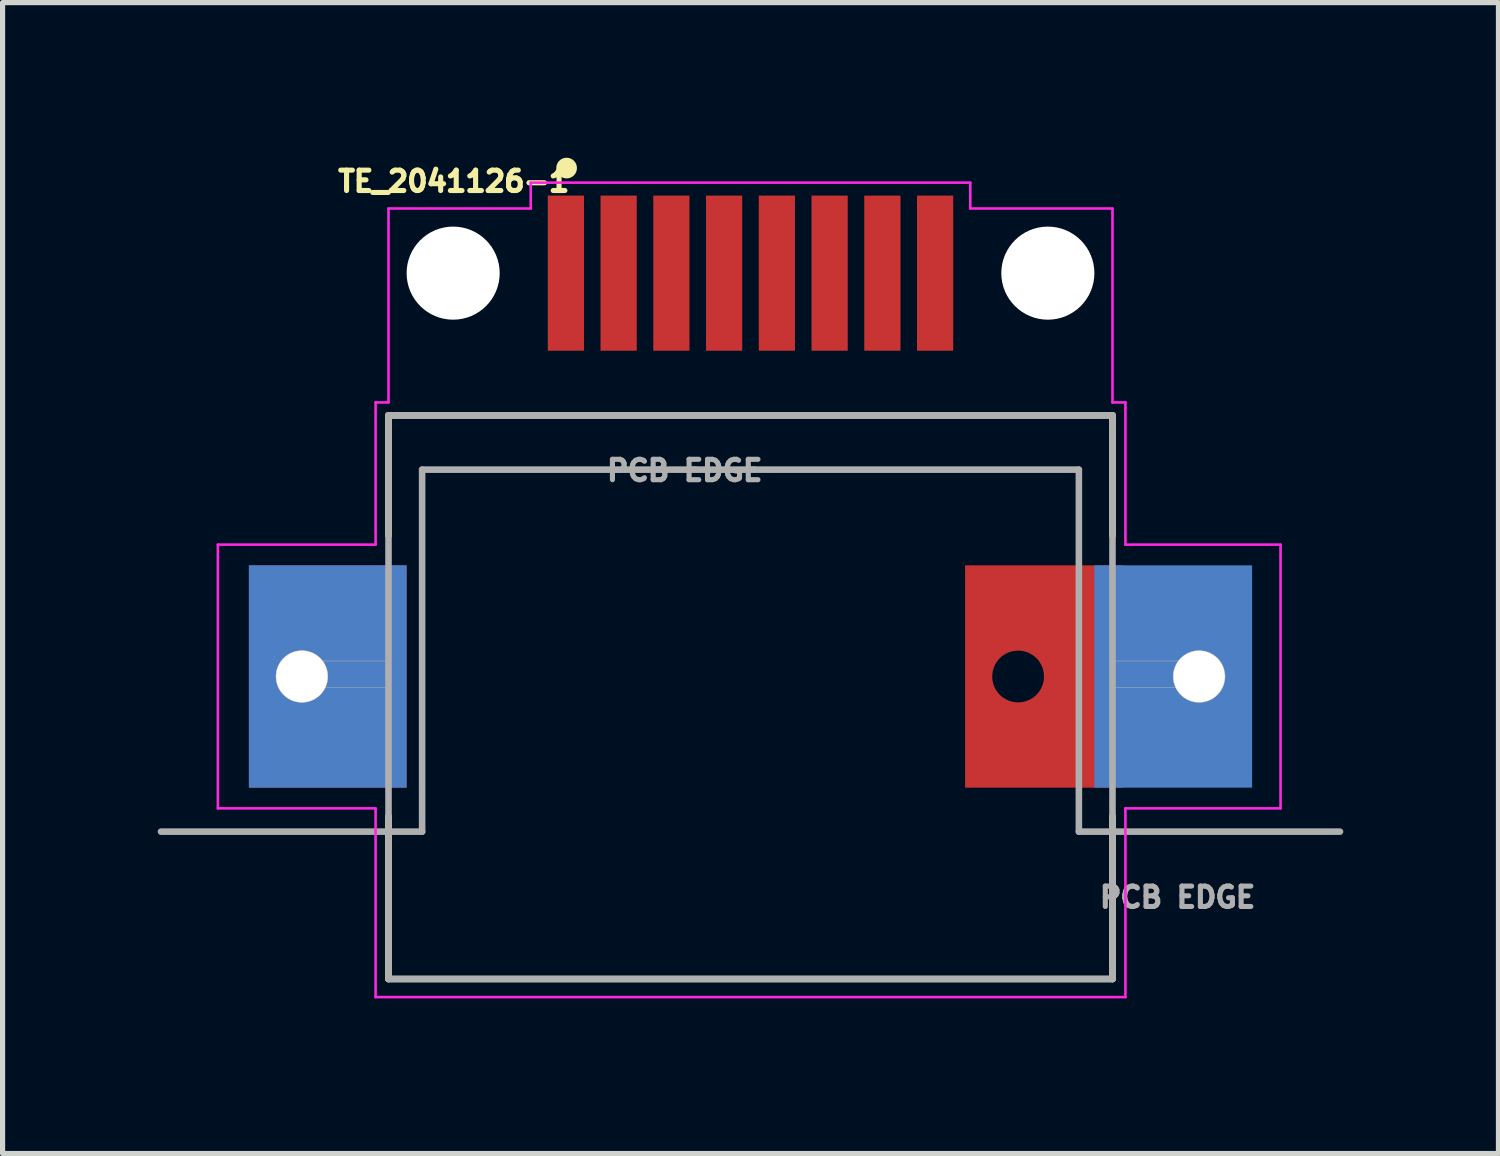
<source format=kicad_pcb>
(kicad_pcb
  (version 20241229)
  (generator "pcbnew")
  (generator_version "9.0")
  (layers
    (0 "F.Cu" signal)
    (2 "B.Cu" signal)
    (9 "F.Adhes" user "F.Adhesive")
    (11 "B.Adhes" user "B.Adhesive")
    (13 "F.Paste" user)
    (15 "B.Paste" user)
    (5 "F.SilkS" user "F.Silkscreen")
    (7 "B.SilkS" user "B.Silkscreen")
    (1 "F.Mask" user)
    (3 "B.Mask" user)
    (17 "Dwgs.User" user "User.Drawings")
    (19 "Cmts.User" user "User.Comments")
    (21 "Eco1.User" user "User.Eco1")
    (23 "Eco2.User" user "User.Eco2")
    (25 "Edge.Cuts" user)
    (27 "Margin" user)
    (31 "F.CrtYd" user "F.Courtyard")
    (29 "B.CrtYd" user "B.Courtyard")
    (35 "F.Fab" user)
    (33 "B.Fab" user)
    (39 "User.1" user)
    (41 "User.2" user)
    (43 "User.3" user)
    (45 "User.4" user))
  (footprint "TE_2041126-1"
    (layer "F.Cu")
    (at 11.463 2.232)
    (property "Reference" "TE_2041126-1" (at -5.738 -1.775 0) (layer "F.SilkS") (effects (font (size 0.394 0.394) (thickness 0.15))))
    (attr through_hole)
    (fp_poly (pts (xy -10.181 5.3) (xy -6.175 5.3) (xy -6.175 10.306) (xy -10.181 10.306)) (stroke (width 0.01) (type solid)) (fill yes) (layer "F.Mask"))
    (fp_poly (pts (xy 6.183 5.3) (xy 10.175 5.3) (xy 10.175 10.314) (xy 6.183 10.314)) (stroke (width 0.01) (type solid)) (fill yes) (layer "F.Mask"))
    (fp_poly (pts (xy -9.7 7.8) (xy -9.175 7.8) (xy -9.174 7.826) (xy -9.172 7.852) (xy -9.169 7.878) (xy -9.164 7.904) (xy -9.158 7.929) (xy -9.151 7.955) (xy -9.142 7.979) (xy -9.132 8.003) (xy -9.121 8.027) (xy -9.108 8.05) (xy -9.094 8.072) (xy -9.08 8.094) (xy -9.064 8.115) (xy -9.047 8.135) (xy -9.029 8.154) (xy -9.01 8.172) (xy -8.99 8.189) (xy -8.969 8.205) (xy -8.947 8.219) (xy -8.925 8.233) (xy -8.902 8.246) (xy -8.878 8.257) (xy -8.854 8.267) (xy -8.83 8.276) (xy -8.804 8.283) (xy -8.779 8.289) (xy -8.753 8.294) (xy -8.727 8.297) (xy -8.701 8.299) (xy -8.675 8.3) (xy -8.649 8.299) (xy -8.623 8.297) (xy -8.597 8.294) (xy -8.571 8.289) (xy -8.546 8.283) (xy -8.52 8.276) (xy -8.496 8.267) (xy -8.472 8.257) (xy -8.448 8.246) (xy -8.425 8.233) (xy -8.403 8.219) (xy -8.381 8.205) (xy -8.36 8.189) (xy -8.34 8.172) (xy -8.321 8.154) (xy -8.303 8.135) (xy -8.286 8.115) (xy -8.27 8.094) (xy -8.256 8.072) (xy -8.242 8.05) (xy -8.229 8.027) (xy -8.218 8.003) (xy -8.208 7.979) (xy -8.199 7.955) (xy -8.192 7.929) (xy -8.186 7.904) (xy -8.181 7.878) (xy -8.178 7.852) (xy -8.176 7.826) (xy -8.175 7.8) (xy -8.176 7.774) (xy -8.178 7.748) (xy -8.181 7.722) (xy -8.186 7.696) (xy -8.192 7.671) (xy -8.199 7.645) (xy -8.208 7.621) (xy -8.218 7.597) (xy -8.229 7.573) (xy -8.242 7.55) (xy -8.256 7.528) (xy -8.27 7.506) (xy -8.286 7.485) (xy -8.303 7.465) (xy -8.321 7.446) (xy -8.34 7.428) (xy -8.36 7.411) (xy -8.381 7.395) (xy -8.403 7.381) (xy -8.425 7.367) (xy -8.448 7.354) (xy -8.472 7.343) (xy -8.496 7.333) (xy -8.52 7.324) (xy -8.546 7.317) (xy -8.571 7.311) (xy -8.597 7.306) (xy -8.623 7.303) (xy -8.649 7.301) (xy -8.675 7.3) (xy -8.701 7.301) (xy -8.727 7.303) (xy -8.753 7.306) (xy -8.779 7.311) (xy -8.804 7.317) (xy -8.83 7.324) (xy -8.854 7.333) (xy -8.878 7.343) (xy -8.902 7.354) (xy -8.925 7.367) (xy -8.947 7.381) (xy -8.969 7.395) (xy -8.99 7.411) (xy -9.01 7.428) (xy -9.029 7.446) (xy -9.047 7.465) (xy -9.064 7.485) (xy -9.08 7.506) (xy -9.094 7.528) (xy -9.108 7.55) (xy -9.121 7.573) (xy -9.132 7.597) (xy -9.142 7.621) (xy -9.151 7.645) (xy -9.158 7.671) (xy -9.164 7.696) (xy -9.169 7.722) (xy -9.172 7.748) (xy -9.174 7.774) (xy -9.175 7.8) (xy -9.7 7.8) (xy -9.7 5.65) (xy -6.65 5.65) (xy -6.65 9.95) (xy -9.7 9.95) (xy -9.7 7.8)) (stroke (width 0.0001) (type solid)) (fill yes) (layer "B.Cu"))
    (fp_poly (pts (xy 9.7 7.8) (xy 9.175 7.8) (xy 9.174 7.826) (xy 9.172 7.852) (xy 9.169 7.878) (xy 9.164 7.904) (xy 9.158 7.929) (xy 9.151 7.955) (xy 9.142 7.979) (xy 9.132 8.003) (xy 9.121 8.027) (xy 9.108 8.05) (xy 9.094 8.072) (xy 9.08 8.094) (xy 9.064 8.115) (xy 9.047 8.135) (xy 9.029 8.154) (xy 9.01 8.172) (xy 8.99 8.189) (xy 8.969 8.205) (xy 8.947 8.219) (xy 8.925 8.233) (xy 8.902 8.246) (xy 8.878 8.257) (xy 8.854 8.267) (xy 8.83 8.276) (xy 8.804 8.283) (xy 8.779 8.289) (xy 8.753 8.294) (xy 8.727 8.297) (xy 8.701 8.299) (xy 8.675 8.3) (xy 8.649 8.299) (xy 8.623 8.297) (xy 8.597 8.294) (xy 8.571 8.289) (xy 8.546 8.283) (xy 8.52 8.276) (xy 8.496 8.267) (xy 8.472 8.257) (xy 8.448 8.246) (xy 8.425 8.233) (xy 8.403 8.219) (xy 8.381 8.205) (xy 8.36 8.189) (xy 8.34 8.172) (xy 8.321 8.154) (xy 8.303 8.135) (xy 8.286 8.115) (xy 8.27 8.094) (xy 8.256 8.072) (xy 8.242 8.05) (xy 8.229 8.027) (xy 8.218 8.003) (xy 8.208 7.979) (xy 8.199 7.955) (xy 8.192 7.929) (xy 8.186 7.904) (xy 8.181 7.878) (xy 8.178 7.852) (xy 8.176 7.826) (xy 8.175 7.8) (xy 8.176 7.774) (xy 8.178 7.748) (xy 8.181 7.722) (xy 8.186 7.696) (xy 8.192 7.671) (xy 8.199 7.645) (xy 8.208 7.621) (xy 8.218 7.597) (xy 8.229 7.573) (xy 8.242 7.55) (xy 8.256 7.528) (xy 8.27 7.506) (xy 8.286 7.485) (xy 8.303 7.465) (xy 8.321 7.446) (xy 8.34 7.428) (xy 8.36 7.411) (xy 8.381 7.395) (xy 8.403 7.381) (xy 8.425 7.367) (xy 8.448 7.354) (xy 8.472 7.343) (xy 8.496 7.333) (xy 8.52 7.324) (xy 8.546 7.317) (xy 8.571 7.311) (xy 8.597 7.306) (xy 8.623 7.303) (xy 8.649 7.301) (xy 8.675 7.3) (xy 8.701 7.301) (xy 8.727 7.303) (xy 8.753 7.306) (xy 8.779 7.311) (xy 8.804 7.317) (xy 8.83 7.324) (xy 8.854 7.333) (xy 8.878 7.343) (xy 8.902 7.354) (xy 8.925 7.367) (xy 8.947 7.381) (xy 8.969 7.395) (xy 8.99 7.411) (xy 9.01 7.428) (xy 9.029 7.446) (xy 9.047 7.465) (xy 9.064 7.485) (xy 9.08 7.506) (xy 9.094 7.528) (xy 9.108 7.55) (xy 9.121 7.573) (xy 9.132 7.597) (xy 9.142 7.621) (xy 9.151 7.645) (xy 9.158 7.671) (xy 9.164 7.696) (xy 9.169 7.722) (xy 9.172 7.748) (xy 9.174 7.774) (xy 9.175 7.8) (xy 9.7 7.8) (xy 9.7 5.65) (xy 6.65 5.65) (xy 6.65 9.95) (xy 9.7 9.95) (xy 9.7 7.8)) (stroke (width 0.0001) (type solid)) (fill yes) (layer "B.Cu"))
    (fp_poly (pts (xy -10.185 5.3) (xy -6.175 5.3) (xy -6.175 10.31) (xy -10.185 10.31)) (stroke (width 0.01) (type solid)) (fill yes) (layer "B.Mask"))
    (fp_poly (pts (xy 6.178 5.3) (xy 10.175 5.3) (xy 10.175 10.304) (xy 6.178 10.304)) (stroke (width 0.01) (type solid)) (fill yes) (layer "B.Mask"))
    (fp_line (start -7 2.75) (end 7 2.75) (stroke (width 0.127) (type solid)) (layer "F.SilkS"))
    (fp_line (start -7 5.08) (end -7 2.75) (stroke (width 0.127) (type solid)) (layer "F.SilkS"))
    (fp_line (start -7 10.5) (end -7 13.65) (stroke (width 0.127) (type solid)) (layer "F.SilkS"))
    (fp_line (start -7 13.65) (end 7 13.65) (stroke (width 0.127) (type solid)) (layer "F.SilkS"))
    (fp_line (start 7 5.08) (end 7 2.75) (stroke (width 0.127) (type solid)) (layer "F.SilkS"))
    (fp_line (start 7 13.65) (end 7 10.5) (stroke (width 0.127) (type solid)) (layer "F.SilkS"))
    (fp_circle (center -3.556 -2.032) (end -3.456 -2.032) (stroke (width 0.2) (type solid)) (fill no) (layer "F.SilkS"))
    (fp_poly (pts (xy -9.7 7.8) (xy -9.175 7.8) (xy -9.174 7.826) (xy -9.172 7.852) (xy -9.169 7.878) (xy -9.164 7.904) (xy -9.158 7.929) (xy -9.151 7.955) (xy -9.142 7.979) (xy -9.132 8.003) (xy -9.121 8.027) (xy -9.108 8.05) (xy -9.094 8.072) (xy -9.08 8.094) (xy -9.064 8.115) (xy -9.047 8.135) (xy -9.029 8.154) (xy -9.01 8.172) (xy -8.99 8.189) (xy -8.969 8.205) (xy -8.947 8.219) (xy -8.925 8.233) (xy -8.902 8.246) (xy -8.878 8.257) (xy -8.854 8.267) (xy -8.83 8.276) (xy -8.804 8.283) (xy -8.779 8.289) (xy -8.753 8.294) (xy -8.727 8.297) (xy -8.701 8.299) (xy -8.675 8.3) (xy -8.649 8.299) (xy -8.623 8.297) (xy -8.597 8.294) (xy -8.571 8.289) (xy -8.546 8.283) (xy -8.52 8.276) (xy -8.496 8.267) (xy -8.472 8.257) (xy -8.448 8.246) (xy -8.425 8.233) (xy -8.403 8.219) (xy -8.381 8.205) (xy -8.36 8.189) (xy -8.34 8.172) (xy -8.321 8.154) (xy -8.303 8.135) (xy -8.286 8.115) (xy -8.27 8.094) (xy -8.256 8.072) (xy -8.242 8.05) (xy -8.229 8.027) (xy -8.218 8.003) (xy -8.208 7.979) (xy -8.199 7.955) (xy -8.192 7.929) (xy -8.186 7.904) (xy -8.181 7.878) (xy -8.178 7.852) (xy -8.176 7.826) (xy -8.175 7.8) (xy -8.176 7.774) (xy -8.178 7.748) (xy -8.181 7.722) (xy -8.186 7.696) (xy -8.192 7.671) (xy -8.199 7.645) (xy -8.208 7.621) (xy -8.218 7.597) (xy -8.229 7.573) (xy -8.242 7.55) (xy -8.256 7.528) (xy -8.27 7.506) (xy -8.286 7.485) (xy -8.303 7.465) (xy -8.321 7.446) (xy -8.34 7.428) (xy -8.36 7.411) (xy -8.381 7.395) (xy -8.403 7.381) (xy -8.425 7.367) (xy -8.448 7.354) (xy -8.472 7.343) (xy -8.496 7.333) (xy -8.52 7.324) (xy -8.546 7.317) (xy -8.571 7.311) (xy -8.597 7.306) (xy -8.623 7.303) (xy -8.649 7.301) (xy -8.675 7.3) (xy -8.701 7.301) (xy -8.727 7.303) (xy -8.753 7.306) (xy -8.779 7.311) (xy -8.804 7.317) (xy -8.83 7.324) (xy -8.854 7.333) (xy -8.878 7.343) (xy -8.902 7.354) (xy -8.925 7.367) (xy -8.947 7.381) (xy -8.969 7.395) (xy -8.99 7.411) (xy -9.01 7.428) (xy -9.029 7.446) (xy -9.047 7.465) (xy -9.064 7.485) (xy -9.08 7.506) (xy -9.094 7.528) (xy -9.108 7.55) (xy -9.121 7.573) (xy -9.132 7.597) (xy -9.142 7.621) (xy -9.151 7.645) (xy -9.158 7.671) (xy -9.164 7.696) (xy -9.169 7.722) (xy -9.172 7.748) (xy -9.174 7.774) (xy -9.175 7.8) (xy -9.7 7.8) (xy -9.7 5.65) (xy -6.65 5.65) (xy -6.65 9.95) (xy -9.7 9.95) (xy -9.7 7.8)) (stroke (width 0.0001) (type solid)) (fill yes) (layer "F.Paste"))
    (fp_poly (pts (xy 9.7 7.8) (xy 9.175 7.8) (xy 9.174 7.826) (xy 9.172 7.852) (xy 9.169 7.878) (xy 9.164 7.904) (xy 9.158 7.929) (xy 9.151 7.955) (xy 9.142 7.979) (xy 9.132 8.003) (xy 9.121 8.027) (xy 9.108 8.05) (xy 9.094 8.072) (xy 9.08 8.094) (xy 9.064 8.115) (xy 9.047 8.135) (xy 9.029 8.154) (xy 9.01 8.172) (xy 8.99 8.189) (xy 8.969 8.205) (xy 8.947 8.219) (xy 8.925 8.233) (xy 8.902 8.246) (xy 8.878 8.257) (xy 8.854 8.267) (xy 8.83 8.276) (xy 8.804 8.283) (xy 8.779 8.289) (xy 8.753 8.294) (xy 8.727 8.297) (xy 8.701 8.299) (xy 8.675 8.3) (xy 8.649 8.299) (xy 8.623 8.297) (xy 8.597 8.294) (xy 8.571 8.289) (xy 8.546 8.283) (xy 8.52 8.276) (xy 8.496 8.267) (xy 8.472 8.257) (xy 8.448 8.246) (xy 8.425 8.233) (xy 8.403 8.219) (xy 8.381 8.205) (xy 8.36 8.189) (xy 8.34 8.172) (xy 8.321 8.154) (xy 8.303 8.135) (xy 8.286 8.115) (xy 8.27 8.094) (xy 8.256 8.072) (xy 8.242 8.05) (xy 8.229 8.027) (xy 8.218 8.003) (xy 8.208 7.979) (xy 8.199 7.955) (xy 8.192 7.929) (xy 8.186 7.904) (xy 8.181 7.878) (xy 8.178 7.852) (xy 8.176 7.826) (xy 8.175 7.8) (xy 8.176 7.774) (xy 8.178 7.748) (xy 8.181 7.722) (xy 8.186 7.696) (xy 8.192 7.671) (xy 8.199 7.645) (xy 8.208 7.621) (xy 8.218 7.597) (xy 8.229 7.573) (xy 8.242 7.55) (xy 8.256 7.528) (xy 8.27 7.506) (xy 8.286 7.485) (xy 8.303 7.465) (xy 8.321 7.446) (xy 8.34 7.428) (xy 8.36 7.411) (xy 8.381 7.395) (xy 8.403 7.381) (xy 8.425 7.367) (xy 8.448 7.354) (xy 8.472 7.343) (xy 8.496 7.333) (xy 8.52 7.324) (xy 8.546 7.317) (xy 8.571 7.311) (xy 8.597 7.306) (xy 8.623 7.303) (xy 8.649 7.301) (xy 8.675 7.3) (xy 8.701 7.301) (xy 8.727 7.303) (xy 8.753 7.306) (xy 8.779 7.311) (xy 8.804 7.317) (xy 8.83 7.324) (xy 8.854 7.333) (xy 8.878 7.343) (xy 8.902 7.354) (xy 8.925 7.367) (xy 8.947 7.381) (xy 8.969 7.395) (xy 8.99 7.411) (xy 9.01 7.428) (xy 9.029 7.446) (xy 9.047 7.465) (xy 9.064 7.485) (xy 9.08 7.506) (xy 9.094 7.528) (xy 9.108 7.55) (xy 9.121 7.573) (xy 9.132 7.597) (xy 9.142 7.621) (xy 9.151 7.645) (xy 9.158 7.671) (xy 9.164 7.696) (xy 9.169 7.722) (xy 9.172 7.748) (xy 9.174 7.774) (xy 9.175 7.8) (xy 9.7 7.8) (xy 9.7 5.65) (xy 6.65 5.65) (xy 6.65 9.95) (xy 9.7 9.95) (xy 9.7 7.8)) (stroke (width 0.0001) (type solid)) (fill yes) (layer "F.Paste"))
    (fp_poly (pts (xy -9.7 7.8) (xy -9.175 7.8) (xy -9.174 7.826) (xy -9.172 7.852) (xy -9.169 7.878) (xy -9.164 7.904) (xy -9.158 7.929) (xy -9.151 7.955) (xy -9.142 7.979) (xy -9.132 8.003) (xy -9.121 8.027) (xy -9.108 8.05) (xy -9.094 8.072) (xy -9.08 8.094) (xy -9.064 8.115) (xy -9.047 8.135) (xy -9.029 8.154) (xy -9.01 8.172) (xy -8.99 8.189) (xy -8.969 8.205) (xy -8.947 8.219) (xy -8.925 8.233) (xy -8.902 8.246) (xy -8.878 8.257) (xy -8.854 8.267) (xy -8.83 8.276) (xy -8.804 8.283) (xy -8.779 8.289) (xy -8.753 8.294) (xy -8.727 8.297) (xy -8.701 8.299) (xy -8.675 8.3) (xy -8.649 8.299) (xy -8.623 8.297) (xy -8.597 8.294) (xy -8.571 8.289) (xy -8.546 8.283) (xy -8.52 8.276) (xy -8.496 8.267) (xy -8.472 8.257) (xy -8.448 8.246) (xy -8.425 8.233) (xy -8.403 8.219) (xy -8.381 8.205) (xy -8.36 8.189) (xy -8.34 8.172) (xy -8.321 8.154) (xy -8.303 8.135) (xy -8.286 8.115) (xy -8.27 8.094) (xy -8.256 8.072) (xy -8.242 8.05) (xy -8.229 8.027) (xy -8.218 8.003) (xy -8.208 7.979) (xy -8.199 7.955) (xy -8.192 7.929) (xy -8.186 7.904) (xy -8.181 7.878) (xy -8.178 7.852) (xy -8.176 7.826) (xy -8.175 7.8) (xy -8.176 7.774) (xy -8.178 7.748) (xy -8.181 7.722) (xy -8.186 7.696) (xy -8.192 7.671) (xy -8.199 7.645) (xy -8.208 7.621) (xy -8.218 7.597) (xy -8.229 7.573) (xy -8.242 7.55) (xy -8.256 7.528) (xy -8.27 7.506) (xy -8.286 7.485) (xy -8.303 7.465) (xy -8.321 7.446) (xy -8.34 7.428) (xy -8.36 7.411) (xy -8.381 7.395) (xy -8.403 7.381) (xy -8.425 7.367) (xy -8.448 7.354) (xy -8.472 7.343) (xy -8.496 7.333) (xy -8.52 7.324) (xy -8.546 7.317) (xy -8.571 7.311) (xy -8.597 7.306) (xy -8.623 7.303) (xy -8.649 7.301) (xy -8.675 7.3) (xy -8.701 7.301) (xy -8.727 7.303) (xy -8.753 7.306) (xy -8.779 7.311) (xy -8.804 7.317) (xy -8.83 7.324) (xy -8.854 7.333) (xy -8.878 7.343) (xy -8.902 7.354) (xy -8.925 7.367) (xy -8.947 7.381) (xy -8.969 7.395) (xy -8.99 7.411) (xy -9.01 7.428) (xy -9.029 7.446) (xy -9.047 7.465) (xy -9.064 7.485) (xy -9.08 7.506) (xy -9.094 7.528) (xy -9.108 7.55) (xy -9.121 7.573) (xy -9.132 7.597) (xy -9.142 7.621) (xy -9.151 7.645) (xy -9.158 7.671) (xy -9.164 7.696) (xy -9.169 7.722) (xy -9.172 7.748) (xy -9.174 7.774) (xy -9.175 7.8) (xy -9.7 7.8) (xy -9.7 5.65) (xy -6.65 5.65) (xy -6.65 9.95) (xy -9.7 9.95) (xy -9.7 7.8)) (stroke (width 0.0001) (type solid)) (fill yes) (layer "B.Paste"))
    (fp_poly (pts (xy 9.7 7.8) (xy 9.175 7.8) (xy 9.174 7.826) (xy 9.172 7.852) (xy 9.169 7.878) (xy 9.164 7.904) (xy 9.158 7.929) (xy 9.151 7.955) (xy 9.142 7.979) (xy 9.132 8.003) (xy 9.121 8.027) (xy 9.108 8.05) (xy 9.094 8.072) (xy 9.08 8.094) (xy 9.064 8.115) (xy 9.047 8.135) (xy 9.029 8.154) (xy 9.01 8.172) (xy 8.99 8.189) (xy 8.969 8.205) (xy 8.947 8.219) (xy 8.925 8.233) (xy 8.902 8.246) (xy 8.878 8.257) (xy 8.854 8.267) (xy 8.83 8.276) (xy 8.804 8.283) (xy 8.779 8.289) (xy 8.753 8.294) (xy 8.727 8.297) (xy 8.701 8.299) (xy 8.675 8.3) (xy 8.649 8.299) (xy 8.623 8.297) (xy 8.597 8.294) (xy 8.571 8.289) (xy 8.546 8.283) (xy 8.52 8.276) (xy 8.496 8.267) (xy 8.472 8.257) (xy 8.448 8.246) (xy 8.425 8.233) (xy 8.403 8.219) (xy 8.381 8.205) (xy 8.36 8.189) (xy 8.34 8.172) (xy 8.321 8.154) (xy 8.303 8.135) (xy 8.286 8.115) (xy 8.27 8.094) (xy 8.256 8.072) (xy 8.242 8.05) (xy 8.229 8.027) (xy 8.218 8.003) (xy 8.208 7.979) (xy 8.199 7.955) (xy 8.192 7.929) (xy 8.186 7.904) (xy 8.181 7.878) (xy 8.178 7.852) (xy 8.176 7.826) (xy 8.175 7.8) (xy 8.176 7.774) (xy 8.178 7.748) (xy 8.181 7.722) (xy 8.186 7.696) (xy 8.192 7.671) (xy 8.199 7.645) (xy 8.208 7.621) (xy 8.218 7.597) (xy 8.229 7.573) (xy 8.242 7.55) (xy 8.256 7.528) (xy 8.27 7.506) (xy 8.286 7.485) (xy 8.303 7.465) (xy 8.321 7.446) (xy 8.34 7.428) (xy 8.36 7.411) (xy 8.381 7.395) (xy 8.403 7.381) (xy 8.425 7.367) (xy 8.448 7.354) (xy 8.472 7.343) (xy 8.496 7.333) (xy 8.52 7.324) (xy 8.546 7.317) (xy 8.571 7.311) (xy 8.597 7.306) (xy 8.623 7.303) (xy 8.649 7.301) (xy 8.675 7.3) (xy 8.701 7.301) (xy 8.727 7.303) (xy 8.753 7.306) (xy 8.779 7.311) (xy 8.804 7.317) (xy 8.83 7.324) (xy 8.854 7.333) (xy 8.878 7.343) (xy 8.902 7.354) (xy 8.925 7.367) (xy 8.947 7.381) (xy 8.969 7.395) (xy 8.99 7.411) (xy 9.01 7.428) (xy 9.029 7.446) (xy 9.047 7.465) (xy 9.064 7.485) (xy 9.08 7.506) (xy 9.094 7.528) (xy 9.108 7.55) (xy 9.121 7.573) (xy 9.132 7.597) (xy 9.142 7.621) (xy 9.151 7.645) (xy 9.158 7.671) (xy 9.164 7.696) (xy 9.169 7.722) (xy 9.172 7.748) (xy 9.174 7.774) (xy 9.175 7.8) (xy 9.7 7.8) (xy 9.7 5.65) (xy 6.65 5.65) (xy 6.65 9.95) (xy 9.7 9.95) (xy 9.7 7.8)) (stroke (width 0.0001) (type solid)) (fill yes) (layer "B.Paste"))
    (fp_arc (start -9.175 7.8) (mid -9.028553 7.446447) (end -8.675 7.3) (stroke (width 0.01) (type solid)) (layer "Edge.Cuts"))
    (fp_arc (start -8.675 7.3) (mid -8.321447 7.446447) (end -8.175 7.8) (stroke (width 0.01) (type solid)) (layer "Edge.Cuts"))
    (fp_arc (start -8.675 8.3) (mid -9.028553 8.153553) (end -9.175 7.8) (stroke (width 0.01) (type solid)) (layer "Edge.Cuts"))
    (fp_arc (start -8.175 7.8) (mid -8.321447 8.153553) (end -8.675 8.3) (stroke (width 0.01) (type solid)) (layer "Edge.Cuts"))
    (fp_arc (start 8.175 7.8) (mid 8.321447 7.446447) (end 8.675 7.3) (stroke (width 0.01) (type solid)) (layer "Edge.Cuts"))
    (fp_arc (start 8.675 7.3) (mid 9.028553 7.446447) (end 9.175 7.8) (stroke (width 0.01) (type solid)) (layer "Edge.Cuts"))
    (fp_arc (start 8.675 8.3) (mid 8.321447 8.153553) (end 8.175 7.8) (stroke (width 0.01) (type solid)) (layer "Edge.Cuts"))
    (fp_arc (start 9.175 7.8) (mid 9.028553 8.153553) (end 8.675 8.3) (stroke (width 0.01) (type solid)) (layer "Edge.Cuts"))
    (fp_line (start -10.3 5.25) (end -10.3 10.35) (stroke (width 0.05) (type solid)) (layer "F.CrtYd"))
    (fp_line (start -10.3 10.35) (end -7.25 10.35) (stroke (width 0.05) (type solid)) (layer "F.CrtYd"))
    (fp_line (start -7.25 2.5) (end -7.25 5.25) (stroke (width 0.05) (type solid)) (layer "F.CrtYd"))
    (fp_line (start -7.25 2.5) (end -7 2.5) (stroke (width 0.05) (type solid)) (layer "F.CrtYd"))
    (fp_line (start -7.25 5.25) (end -10.3 5.25) (stroke (width 0.05) (type solid)) (layer "F.CrtYd"))
    (fp_line (start -7.25 10.35) (end -7.25 14) (stroke (width 0.05) (type solid)) (layer "F.CrtYd"))
    (fp_line (start -7 -1.25) (end -4.25 -1.25) (stroke (width 0.05) (type solid)) (layer "F.CrtYd"))
    (fp_line (start -7 2.5) (end -7 -1.25) (stroke (width 0.05) (type solid)) (layer "F.CrtYd"))
    (fp_line (start -4.25 -1.75) (end 4.25 -1.75) (stroke (width 0.05) (type solid)) (layer "F.CrtYd"))
    (fp_line (start -4.25 -1.25) (end -4.25 -1.75) (stroke (width 0.05) (type solid)) (layer "F.CrtYd"))
    (fp_line (start 4.25 -1.75) (end 4.25 -1.25) (stroke (width 0.05) (type solid)) (layer "F.CrtYd"))
    (fp_line (start 4.25 -1.25) (end 7 -1.25) (stroke (width 0.05) (type solid)) (layer "F.CrtYd"))
    (fp_line (start 7 -1.25) (end 7 2.5) (stroke (width 0.05) (type solid)) (layer "F.CrtYd"))
    (fp_line (start 7 2.5) (end 7.25 2.5) (stroke (width 0.05) (type solid)) (layer "F.CrtYd"))
    (fp_line (start 7.25 2.5) (end 7.25 5.25) (stroke (width 0.05) (type solid)) (layer "F.CrtYd"))
    (fp_line (start 7.25 5.25) (end 10.25 5.25) (stroke (width 0.05) (type solid)) (layer "F.CrtYd"))
    (fp_line (start 7.25 10.35) (end 7.25 14) (stroke (width 0.05) (type solid)) (layer "F.CrtYd"))
    (fp_line (start 7.25 14) (end -7.25 14) (stroke (width 0.05) (type solid)) (layer "F.CrtYd"))
    (fp_line (start 10.25 5.25) (end 10.25 10.35) (stroke (width 0.05) (type solid)) (layer "F.CrtYd"))
    (fp_line (start 10.25 10.35) (end 7.25 10.35) (stroke (width 0.05) (type solid)) (layer "F.CrtYd"))
    (fp_line (start -7 2.75) (end -7 13.65) (stroke (width 0.127) (type solid)) (layer "F.Fab"))
    (fp_line (start -7 2.75) (end 7 2.75) (stroke (width 0.127) (type solid)) (layer "F.Fab"))
    (fp_line (start -7 13.65) (end 7 13.65) (stroke (width 0.127) (type solid)) (layer "F.Fab"))
    (fp_line (start -6.35 3.8) (end -6.35 10.8) (stroke (width 0.127) (type solid)) (layer "F.Fab"))
    (fp_line (start -6.35 3.8) (end 6.35 3.8) (stroke (width 0.127) (type solid)) (layer "F.Fab"))
    (fp_line (start -6.35 10.8) (end -11.4 10.8) (stroke (width 0.127) (type solid)) (layer "F.Fab"))
    (fp_line (start 6.35 3.8) (end 6.35 10.8) (stroke (width 0.127) (type solid)) (layer "F.Fab"))
    (fp_line (start 6.35 10.8) (end 11.4 10.8) (stroke (width 0.127) (type solid)) (layer "F.Fab"))
    (fp_line (start 7 13.65) (end 7 2.75) (stroke (width 0.127) (type solid)) (layer "F.Fab"))
    (fp_poly (pts (xy -8.765 7.5) (xy -7 7.5) (xy -7 8.014) (xy -8.765 8.014)) (stroke (width 0.01) (type solid)) (fill no) (layer "F.Fab"))
    (fp_poly (pts (xy 7.007 7.5) (xy 8.75 7.5) (xy 8.75 8.008) (xy 7.007 8.008)) (stroke (width 0.01) (type solid)) (fill no) (layer "F.Fab"))
    (fp_text user "PCB EDGE" (at 8.259 12.07 0) (layer "F.Fab") (effects (font (size 0.394 0.394) (thickness 0.15))))
    (fp_text user "PCB EDGE" (at -1.272 3.817 0) (layer "F.Fab") (effects (font (size 0.394 0.394) (thickness 0.15))))
    (pad "" np_thru_hole circle (at -8.675 7.8) (size 1 1) (drill 1) (layers "*.Cu" "*.Mask"))
    (pad "" np_thru_hole circle (at -5.75 0) (size 1.8 1.8) (drill 1.8) (layers "*.Cu" "*.Mask"))
    (pad "" np_thru_hole circle (at 5.75 0) (size 1.8 1.8) (drill 1.8) (layers "*.Cu" "*.Mask"))
    (pad "" np_thru_hole circle (at 8.675 7.8) (size 1 1) (drill 1) (layers "*.Cu" "*.Mask"))
    (pad "1" smd rect (at -3.57 0 270) (size 3 0.7) (layers "F.Cu" "F.Mask" "F.Paste"))
    (pad "2" smd rect (at -2.55 0 270) (size 3 0.7) (layers "F.Cu" "F.Mask" "F.Paste"))
    (pad "3" smd rect (at -1.53 0 270) (size 3 0.7) (layers "F.Cu" "F.Mask" "F.Paste"))
    (pad "4" smd rect (at -0.51 0 270) (size 3 0.7) (layers "F.Cu" "F.Mask" "F.Paste"))
    (pad "5" smd rect (at 0.51 0 270) (size 3 0.7) (layers "F.Cu" "F.Mask" "F.Paste"))
    (pad "6" smd rect (at 1.53 0 270) (size 3 0.7) (layers "F.Cu" "F.Mask" "F.Paste"))
    (pad "7" smd rect (at 2.55 0 270) (size 3 0.7) (layers "F.Cu" "F.Mask" "F.Paste"))
    (pad "8" smd rect (at 3.57 0 270) (size 3 0.7) (layers "F.Cu" "F.Mask" "F.Paste"))
    (pad "S1" smd custom (at -6.925 7.8) (size 0.1 0.1) (layers "F.Cu") (options (anchor rect)) (primitives (gr_poly (pts (xy -2.775 0) (xy -2.25 0) (xy -2.249 0.026) (xy -2.247 0.052) (xy -2.244 0.078) (xy -2.239 0.104) (xy -2.233 0.129) (xy -2.226 0.155) (xy -2.217 0.179) (xy -2.207 0.203) (xy -2.196 0.227) (xy -2.183 0.25) (xy -2.169 0.272) (xy -2.155 0.294) (xy -2.139 0.315) (xy -2.122 0.335) (xy -2.104 0.354) (xy -2.085 0.372) (xy -2.065 0.389) (xy -2.044 0.405) (xy -2.022 0.419) (xy -2 0.433) (xy -1.977 0.446) (xy -1.953 0.457) (xy -1.929 0.467) (xy -1.905 0.476) (xy -1.879 0.483) (xy -1.854 0.489) (xy -1.828 0.494) (xy -1.802 0.497) (xy -1.776 0.499) (xy -1.75 0.5) (xy -1.724 0.499) (xy -1.698 0.497) (xy -1.672 0.494) (xy -1.646 0.489) (xy -1.621 0.483) (xy -1.595 0.476) (xy -1.571 0.467) (xy -1.547 0.457) (xy -1.523 0.446) (xy -1.5 0.433) (xy -1.478 0.419) (xy -1.456 0.405) (xy -1.435 0.389) (xy -1.415 0.372) (xy -1.396 0.354) (xy -1.378 0.335) (xy -1.361 0.315) (xy -1.345 0.294) (xy -1.331 0.272) (xy -1.317 0.25) (xy -1.304 0.227) (xy -1.293 0.203) (xy -1.283 0.179) (xy -1.274 0.155) (xy -1.267 0.129) (xy -1.261 0.104) (xy -1.256 0.078) (xy -1.253 0.052) (xy -1.251 0.026) (xy -1.25 0) (xy -1.251 -0.026) (xy -1.253 -0.052) (xy -1.256 -0.078) (xy -1.261 -0.104) (xy -1.267 -0.129) (xy -1.274 -0.155) (xy -1.283 -0.179) (xy -1.293 -0.203) (xy -1.304 -0.227) (xy -1.317 -0.25) (xy -1.331 -0.272) (xy -1.345 -0.294) (xy -1.361 -0.315) (xy -1.378 -0.335) (xy -1.396 -0.354) (xy -1.415 -0.372) (xy -1.435 -0.389) (xy -1.456 -0.405) (xy -1.478 -0.419) (xy -1.5 -0.433) (xy -1.523 -0.446) (xy -1.547 -0.457) (xy -1.571 -0.467) (xy -1.595 -0.476) (xy -1.621 -0.483) (xy -1.646 -0.489) (xy -1.672 -0.494) (xy -1.698 -0.497) (xy -1.724 -0.499) (xy -1.75 -0.5) (xy -1.776 -0.499) (xy -1.802 -0.497) (xy -1.828 -0.494) (xy -1.854 -0.489) (xy -1.879 -0.483) (xy -1.905 -0.476) (xy -1.929 -0.467) (xy -1.953 -0.457) (xy -1.977 -0.446) (xy -2 -0.433) (xy -2.022 -0.419) (xy -2.044 -0.405) (xy -2.065 -0.389) (xy -2.085 -0.372) (xy -2.104 -0.354) (xy -2.122 -0.335) (xy -2.139 -0.315) (xy -2.155 -0.294) (xy -2.169 -0.272) (xy -2.183 -0.25) (xy -2.196 -0.227) (xy -2.207 -0.203) (xy -2.217 -0.179) (xy -2.226 -0.155) (xy -2.233 -0.129) (xy -2.239 -0.104) (xy -2.244 -0.078) (xy -2.247 -0.052) (xy -2.249 -0.026) (xy -2.25 0) (xy -2.775 0) (xy -2.775 -2.15) (xy 0.275 -2.15) (xy 0.275 2.15) (xy -2.775 2.15) (xy -2.775 0)) (width 0.0001) (fill yes))))
    (pad "S2" smd custom (at 6.925 7.8 180) (size 0.1 0.1) (layers "F.Cu") (options (anchor rect)) (primitives (gr_poly (pts (xy 2.775 0) (xy 2.25 0) (xy 2.249 0.026) (xy 2.247 0.052) (xy 2.244 0.078) (xy 2.239 0.104) (xy 2.233 0.129) (xy 2.226 0.155) (xy 2.217 0.179) (xy 2.207 0.203) (xy 2.196 0.227) (xy 2.183 0.25) (xy 2.169 0.272) (xy 2.155 0.294) (xy 2.139 0.315) (xy 2.122 0.335) (xy 2.104 0.354) (xy 2.085 0.372) (xy 2.065 0.389) (xy 2.044 0.405) (xy 2.022 0.419) (xy 2 0.433) (xy 1.977 0.446) (xy 1.953 0.457) (xy 1.929 0.467) (xy 1.905 0.476) (xy 1.879 0.483) (xy 1.854 0.489) (xy 1.828 0.494) (xy 1.802 0.497) (xy 1.776 0.499) (xy 1.75 0.5) (xy 1.724 0.499) (xy 1.698 0.497) (xy 1.672 0.494) (xy 1.646 0.489) (xy 1.621 0.483) (xy 1.595 0.476) (xy 1.571 0.467) (xy 1.547 0.457) (xy 1.523 0.446) (xy 1.5 0.433) (xy 1.478 0.419) (xy 1.456 0.405) (xy 1.435 0.389) (xy 1.415 0.372) (xy 1.396 0.354) (xy 1.378 0.335) (xy 1.361 0.315) (xy 1.345 0.294) (xy 1.331 0.272) (xy 1.317 0.25) (xy 1.304 0.227) (xy 1.293 0.203) (xy 1.283 0.179) (xy 1.274 0.155) (xy 1.267 0.129) (xy 1.261 0.104) (xy 1.256 0.078) (xy 1.253 0.052) (xy 1.251 0.026) (xy 1.25 0) (xy 1.251 -0.026) (xy 1.253 -0.052) (xy 1.256 -0.078) (xy 1.261 -0.104) (xy 1.267 -0.129) (xy 1.274 -0.155) (xy 1.283 -0.179) (xy 1.293 -0.203) (xy 1.304 -0.227) (xy 1.317 -0.25) (xy 1.331 -0.272) (xy 1.345 -0.294) (xy 1.361 -0.315) (xy 1.378 -0.335) (xy 1.396 -0.354) (xy 1.415 -0.372) (xy 1.435 -0.389) (xy 1.456 -0.405) (xy 1.478 -0.419) (xy 1.5 -0.433) (xy 1.523 -0.446) (xy 1.547 -0.457) (xy 1.571 -0.467) (xy 1.595 -0.476) (xy 1.621 -0.483) (xy 1.646 -0.489) (xy 1.672 -0.494) (xy 1.698 -0.497) (xy 1.724 -0.499) (xy 1.75 -0.5) (xy 1.776 -0.499) (xy 1.802 -0.497) (xy 1.828 -0.494) (xy 1.854 -0.489) (xy 1.879 -0.483) (xy 1.905 -0.476) (xy 1.929 -0.467) (xy 1.953 -0.457) (xy 1.977 -0.446) (xy 2 -0.433) (xy 2.022 -0.419) (xy 2.044 -0.405) (xy 2.065 -0.389) (xy 2.085 -0.372) (xy 2.104 -0.354) (xy 2.122 -0.335) (xy 2.139 -0.315) (xy 2.155 -0.294) (xy 2.169 -0.272) (xy 2.183 -0.25) (xy 2.196 -0.227) (xy 2.207 -0.203) (xy 2.217 -0.179) (xy 2.226 -0.155) (xy 2.233 -0.129) (xy 2.239 -0.104) (xy 2.244 -0.078) (xy 2.247 -0.052) (xy 2.249 -0.026) (xy 2.25 0) (xy 2.775 0) (xy 2.775 -2.15) (xy -0.275 -2.15) (xy -0.275 2.15) (xy 2.775 2.15) (xy 2.775 0)) (width 0.0001) (fill yes)))))
  (gr_rect
    (start -3 -3)
    (end 25.927 19.257)
    (stroke (width 0.1) (type default))
    (fill no)
    (layer "Edge.Cuts")))
</source>
